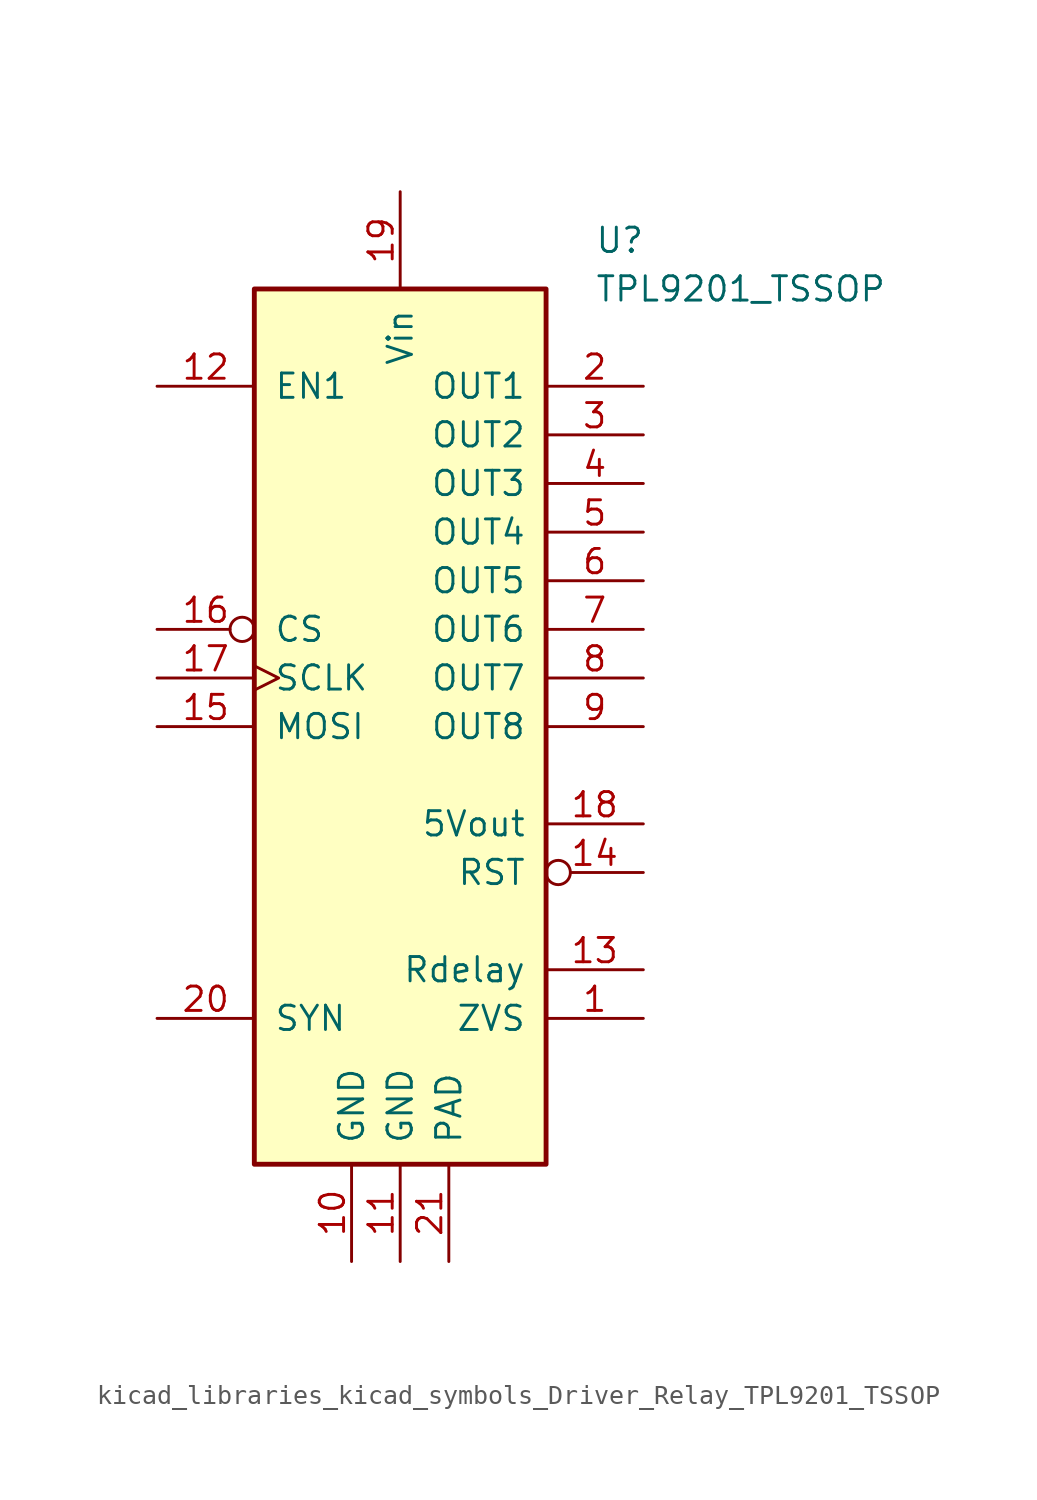
<source format=kicad_sym>
(kicad_symbol_lib
  (version 20220914)
  (generator kicad_symbol_editor)
  (symbol "kicad_libraries_kicad_symbols_Driver_Relay_TPL9201_TSSOP"
    (pin_names
      (offset 1.016))
    (property "Reference" "U"
      (at 10.16 17.78 0)
      (effects (font (size 1.27 1.27)) (justify left)))
    (property "Value" "TPL9201_TSSOP"
      (at 10.16 15.24 0)
      (effects (font (size 1.27 1.27)) (justify left)))
    (symbol "kicad_libraries_kicad_symbols_Driver_Relay_TPL9201_TSSOP_0_1"
      (rectangle (start -7.62 15.24) (end 7.62 -30.48) (stroke (width 0.254) (type default)) (fill (type background))))
    (symbol "kicad_libraries_kicad_symbols_Driver_Relay_TPL9201_TSSOP_1_1"
      (pin output line (at 12.7 -22.86 180) (length 5.08) (name "ZVS" (effects (font (size 1.27 1.27)))) (number "1" (effects (font (size 1.27 1.27)))))
      (pin power_in line (at -2.54 -35.56 90) (length 5.08) (name "GND" (effects (font (size 1.27 1.27)))) (number "10" (effects (font (size 1.27 1.27)))))
      (pin power_in line (at 0 -35.56 90) (length 5.08) (name "GND" (effects (font (size 1.27 1.27)))) (number "11" (effects (font (size 1.27 1.27)))))
      (pin input line (at -12.7 10.16 0) (length 5.08) (name "EN1" (effects (font (size 1.27 1.27)))) (number "12" (effects (font (size 1.27 1.27)))))
      (pin output line (at 12.7 -20.32 180) (length 5.08) (name "Rdelay" (effects (font (size 1.27 1.27)))) (number "13" (effects (font (size 1.27 1.27)))))
      (pin bidirectional inverted (at 12.7 -15.24 180) (length 5.08) (name "RST" (effects (font (size 1.27 1.27)))) (number "14" (effects (font (size 1.27 1.27)))))
      (pin input line (at -12.7 -7.62 0) (length 5.08) (name "MOSI" (effects (font (size 1.27 1.27)))) (number "15" (effects (font (size 1.27 1.27)))))
      (pin input inverted (at -12.7 -2.54 0) (length 5.08) (name "CS" (effects (font (size 1.27 1.27)))) (number "16" (effects (font (size 1.27 1.27)))))
      (pin input clock (at -12.7 -5.08 0) (length 5.08) (name "SCLK" (effects (font (size 1.27 1.27)))) (number "17" (effects (font (size 1.27 1.27)))))
      (pin power_out line (at 12.7 -12.7 180) (length 5.08) (name "5Vout" (effects (font (size 1.27 1.27)))) (number "18" (effects (font (size 1.27 1.27)))))
      (pin power_in line (at 0 20.32 270) (length 5.08) (name "Vin" (effects (font (size 1.27 1.27)))) (number "19" (effects (font (size 1.27 1.27)))))
      (pin output line (at 12.7 10.16 180) (length 5.08) (name "OUT1" (effects (font (size 1.27 1.27)))) (number "2" (effects (font (size 1.27 1.27)))))
      (pin input line (at -12.7 -22.86 0) (length 5.08) (name "SYN" (effects (font (size 1.27 1.27)))) (number "20" (effects (font (size 1.27 1.27)))))
      (pin power_in line (at 2.54 -35.56 90) (length 5.08) (name "PAD" (effects (font (size 1.27 1.27)))) (number "21" (effects (font (size 1.27 1.27)))))
      (pin output line (at 12.7 7.62 180) (length 5.08) (name "OUT2" (effects (font (size 1.27 1.27)))) (number "3" (effects (font (size 1.27 1.27)))))
      (pin output line (at 12.7 5.08 180) (length 5.08) (name "OUT3" (effects (font (size 1.27 1.27)))) (number "4" (effects (font (size 1.27 1.27)))))
      (pin output line (at 12.7 2.54 180) (length 5.08) (name "OUT4" (effects (font (size 1.27 1.27)))) (number "5" (effects (font (size 1.27 1.27)))))
      (pin output line (at 12.7 0 180) (length 5.08) (name "OUT5" (effects (font (size 1.27 1.27)))) (number "6" (effects (font (size 1.27 1.27)))))
      (pin output line (at 12.7 -2.54 180) (length 5.08) (name "OUT6" (effects (font (size 1.27 1.27)))) (number "7" (effects (font (size 1.27 1.27)))))
      (pin output line (at 12.7 -5.08 180) (length 5.08) (name "OUT7" (effects (font (size 1.27 1.27)))) (number "8" (effects (font (size 1.27 1.27)))))
      (pin output line (at 12.7 -7.62 180) (length 5.08) (name "OUT8" (effects (font (size 1.27 1.27)))) (number "9" (effects (font (size 1.27 1.27))))))))
</source>
